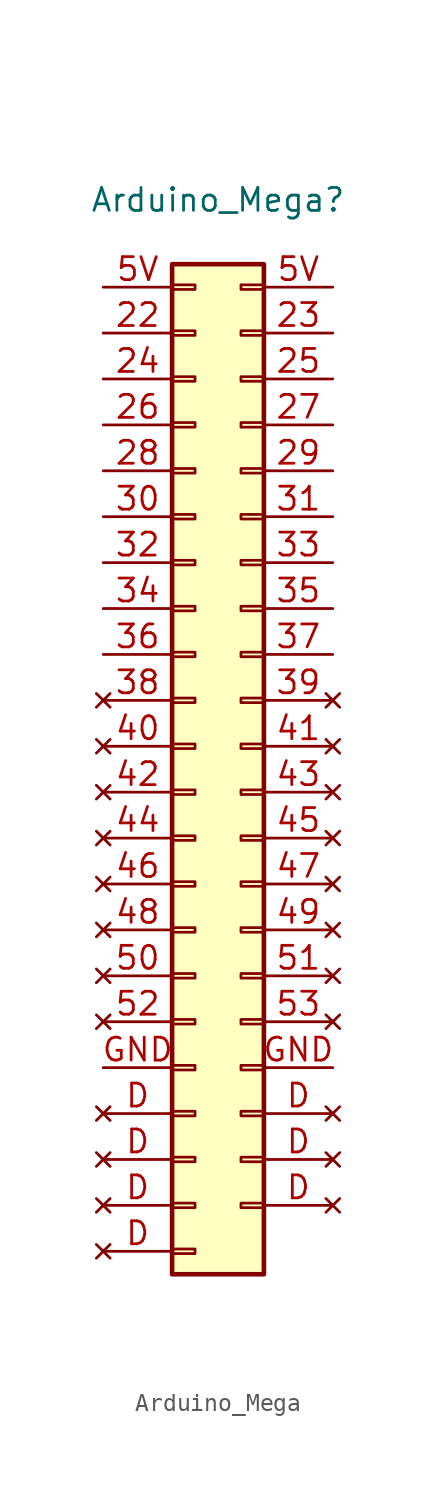
<source format=kicad_sym>
(kicad_symbol_lib
  (version 20231120)
  (generator "kicad_symbol_editor")
  (generator_version "8.0")
  (symbol "Arduino_Mega"
    (property "Reference" "Arduino_Mega"
      (at 0 14.986 0)
      (effects (font (size 1.27 1.27))))
    (property "Value" ""
      (at 0 0 0)
      (effects (font (size 1.27 1.27))))
    (symbol "Arduino_Mega_1_1"
      (rectangle (start -2.54 -43.053) (end -1.27 -43.307) (stroke (width 0.152) (type default)) (fill (type none)))
      (rectangle (start -2.54 -40.513) (end -1.27 -40.767) (stroke (width 0.152) (type default)) (fill (type none)))
      (rectangle (start -2.54 -37.973) (end -1.27 -38.227) (stroke (width 0.152) (type default)) (fill (type none)))
      (rectangle (start -2.54 -35.433) (end -1.27 -35.687) (stroke (width 0.152) (type default)) (fill (type none)))
      (rectangle (start -2.54 -32.893) (end -1.27 -33.147) (stroke (width 0.152) (type default)) (fill (type none)))
      (rectangle (start -2.54 -30.353) (end -1.27 -30.607) (stroke (width 0.152) (type default)) (fill (type none)))
      (rectangle (start -2.54 -27.813) (end -1.27 -28.067) (stroke (width 0.152) (type default)) (fill (type none)))
      (rectangle (start -2.54 -25.273) (end -1.27 -25.527) (stroke (width 0.152) (type default)) (fill (type none)))
      (rectangle (start -2.54 -22.733) (end -1.27 -22.987) (stroke (width 0.152) (type default)) (fill (type none)))
      (rectangle (start -2.54 -20.193) (end -1.27 -20.447) (stroke (width 0.152) (type default)) (fill (type none)))
      (rectangle (start -2.54 -17.653) (end -1.27 -17.907) (stroke (width 0.152) (type default)) (fill (type none)))
      (rectangle (start -2.54 -15.113) (end -1.27 -15.367) (stroke (width 0.152) (type default)) (fill (type none)))
      (rectangle (start -2.54 -12.573) (end -1.27 -12.827) (stroke (width 0.152) (type default)) (fill (type none)))
      (rectangle (start -2.54 -10.033) (end -1.27 -10.287) (stroke (width 0.152) (type default)) (fill (type none)))
      (rectangle (start -2.54 -7.493) (end -1.27 -7.747) (stroke (width 0.152) (type default)) (fill (type none)))
      (rectangle (start -2.54 -4.953) (end -1.27 -5.207) (stroke (width 0.152) (type default)) (fill (type none)))
      (rectangle (start -2.54 -2.413) (end -1.27 -2.667) (stroke (width 0.152) (type default)) (fill (type none)))
      (rectangle (start -2.54 0.127) (end -1.27 -0.127) (stroke (width 0.152) (type default)) (fill (type none)))
      (rectangle (start -2.54 2.667) (end -1.27 2.413) (stroke (width 0.152) (type default)) (fill (type none)))
      (rectangle (start -2.54 5.207) (end -1.27 4.953) (stroke (width 0.152) (type default)) (fill (type none)))
      (rectangle (start -2.54 7.747) (end -1.27 7.493) (stroke (width 0.152) (type default)) (fill (type none)))
      (rectangle (start -2.54 10.287) (end -1.27 10.033) (stroke (width 0.152) (type default)) (fill (type none)))
      (rectangle (start -2.54 11.43) (end 2.54 -44.45) (stroke (width 0.254) (type default)) (fill (type background)))
      (rectangle (start 2.54 -40.513) (end 1.27 -40.767) (stroke (width 0.152) (type default)) (fill (type none)))
      (rectangle (start 2.54 -37.973) (end 1.27 -38.227) (stroke (width 0.152) (type default)) (fill (type none)))
      (rectangle (start 2.54 -35.433) (end 1.27 -35.687) (stroke (width 0.152) (type default)) (fill (type none)))
      (rectangle (start 2.54 -32.893) (end 1.27 -33.147) (stroke (width 0.152) (type default)) (fill (type none)))
      (rectangle (start 2.54 -30.353) (end 1.27 -30.607) (stroke (width 0.152) (type default)) (fill (type none)))
      (rectangle (start 2.54 -27.813) (end 1.27 -28.067) (stroke (width 0.152) (type default)) (fill (type none)))
      (rectangle (start 2.54 -25.273) (end 1.27 -25.527) (stroke (width 0.152) (type default)) (fill (type none)))
      (rectangle (start 2.54 -22.733) (end 1.27 -22.987) (stroke (width 0.152) (type default)) (fill (type none)))
      (rectangle (start 2.54 -20.193) (end 1.27 -20.447) (stroke (width 0.152) (type default)) (fill (type none)))
      (rectangle (start 2.54 -17.653) (end 1.27 -17.907) (stroke (width 0.152) (type default)) (fill (type none)))
      (rectangle (start 2.54 -15.113) (end 1.27 -15.367) (stroke (width 0.152) (type default)) (fill (type none)))
      (rectangle (start 2.54 -12.573) (end 1.27 -12.827) (stroke (width 0.152) (type default)) (fill (type none)))
      (rectangle (start 2.54 -10.033) (end 1.27 -10.287) (stroke (width 0.152) (type default)) (fill (type none)))
      (rectangle (start 2.54 -7.493) (end 1.27 -7.747) (stroke (width 0.152) (type default)) (fill (type none)))
      (rectangle (start 2.54 -4.953) (end 1.27 -5.207) (stroke (width 0.152) (type default)) (fill (type none)))
      (rectangle (start 2.54 -2.413) (end 1.27 -2.667) (stroke (width 0.152) (type default)) (fill (type none)))
      (rectangle (start 2.54 0.127) (end 1.27 -0.127) (stroke (width 0.152) (type default)) (fill (type none)))
      (rectangle (start 2.54 2.667) (end 1.27 2.413) (stroke (width 0.152) (type default)) (fill (type none)))
      (rectangle (start 2.54 5.207) (end 1.27 4.953) (stroke (width 0.152) (type default)) (fill (type none)))
      (rectangle (start 2.54 7.747) (end 1.27 7.493) (stroke (width 0.152) (type default)) (fill (type none)))
      (rectangle (start 2.54 10.287) (end 1.27 10.033) (stroke (width 0.152) (type default)) (fill (type none)))
      (pin bidirectional line (at -6.35 7.62 0) (length 3.81) (name "" (effects (font (size 1.27 1.27)))) (number "22" (effects (font (size 1.27 1.27)))))
      (pin bidirectional line (at 6.35 7.62 180) (length 3.81) (name "" (effects (font (size 1.27 1.27)))) (number "23" (effects (font (size 1.27 1.27)))))
      (pin bidirectional line (at -6.35 5.08 0) (length 3.81) (name "" (effects (font (size 1.27 1.27)))) (number "24" (effects (font (size 1.27 1.27)))))
      (pin bidirectional line (at 6.35 5.08 180) (length 3.81) (name "" (effects (font (size 1.27 1.27)))) (number "25" (effects (font (size 1.27 1.27)))))
      (pin bidirectional line (at -6.35 2.54 0) (length 3.81) (name "" (effects (font (size 1.27 1.27)))) (number "26" (effects (font (size 1.27 1.27)))))
      (pin bidirectional line (at 6.35 2.54 180) (length 3.81) (name "" (effects (font (size 1.27 1.27)))) (number "27" (effects (font (size 1.27 1.27)))))
      (pin bidirectional line (at -6.35 0 0) (length 3.81) (name "" (effects (font (size 1.27 1.27)))) (number "28" (effects (font (size 1.27 1.27)))))
      (pin bidirectional line (at 6.35 0 180) (length 3.81) (name "" (effects (font (size 1.27 1.27)))) (number "29" (effects (font (size 1.27 1.27)))))
      (pin bidirectional line (at -6.35 -2.54 0) (length 3.81) (name "" (effects (font (size 1.27 1.27)))) (number "30" (effects (font (size 1.27 1.27)))))
      (pin bidirectional line (at 6.35 -2.54 180) (length 3.81) (name "" (effects (font (size 1.27 1.27)))) (number "31" (effects (font (size 1.27 1.27)))))
      (pin bidirectional line (at -6.35 -5.08 0) (length 3.81) (name "" (effects (font (size 1.27 1.27)))) (number "32" (effects (font (size 1.27 1.27)))))
      (pin bidirectional line (at 6.35 -5.08 180) (length 3.81) (name "" (effects (font (size 1.27 1.27)))) (number "33" (effects (font (size 1.27 1.27)))))
      (pin bidirectional line (at -6.35 -7.62 0) (length 3.81) (name "" (effects (font (size 1.27 1.27)))) (number "34" (effects (font (size 1.27 1.27)))))
      (pin bidirectional line (at 6.35 -7.62 180) (length 3.81) (name "" (effects (font (size 1.27 1.27)))) (number "35" (effects (font (size 1.27 1.27)))))
      (pin bidirectional line (at -6.35 -10.16 0) (length 3.81) (name "" (effects (font (size 1.27 1.27)))) (number "36" (effects (font (size 1.27 1.27)))))
      (pin bidirectional line (at 6.35 -10.16 180) (length 3.81) (name "" (effects (font (size 1.27 1.27)))) (number "37" (effects (font (size 1.27 1.27)))))
      (pin no_connect line (at -6.35 -12.7 0) (length 3.81) (name "" (effects (font (size 1.27 1.27)))) (number "38" (effects (font (size 1.27 1.27)))))
      (pin no_connect line (at 6.35 -12.7 180) (length 3.81) (name "" (effects (font (size 1.27 1.27)))) (number "39" (effects (font (size 1.27 1.27)))))
      (pin no_connect line (at -6.35 -15.24 0) (length 3.81) (name "" (effects (font (size 1.27 1.27)))) (number "40" (effects (font (size 1.27 1.27)))))
      (pin no_connect line (at 6.35 -15.24 180) (length 3.81) (name "" (effects (font (size 1.27 1.27)))) (number "41" (effects (font (size 1.27 1.27)))))
      (pin no_connect line (at -6.35 -17.78 0) (length 3.81) (name "" (effects (font (size 1.27 1.27)))) (number "42" (effects (font (size 1.27 1.27)))))
      (pin no_connect line (at 6.35 -17.78 180) (length 3.81) (name "" (effects (font (size 1.27 1.27)))) (number "43" (effects (font (size 1.27 1.27)))))
      (pin no_connect line (at -6.35 -20.32 0) (length 3.81) (name "" (effects (font (size 1.27 1.27)))) (number "44" (effects (font (size 1.27 1.27)))))
      (pin no_connect line (at 6.35 -20.32 180) (length 3.81) (name "" (effects (font (size 1.27 1.27)))) (number "45" (effects (font (size 1.27 1.27)))))
      (pin no_connect line (at -6.35 -22.86 0) (length 3.81) (name "" (effects (font (size 1.27 1.27)))) (number "46" (effects (font (size 1.27 1.27)))))
      (pin no_connect line (at 6.35 -22.86 180) (length 3.81) (name "" (effects (font (size 1.27 1.27)))) (number "47" (effects (font (size 1.27 1.27)))))
      (pin no_connect line (at -6.35 -25.4 0) (length 3.81) (name "" (effects (font (size 1.27 1.27)))) (number "48" (effects (font (size 1.27 1.27)))))
      (pin no_connect line (at 6.35 -25.4 180) (length 3.81) (name "" (effects (font (size 1.27 1.27)))) (number "49" (effects (font (size 1.27 1.27)))))
      (pin no_connect line (at -6.35 -27.94 0) (length 3.81) (name "" (effects (font (size 1.27 1.27)))) (number "50" (effects (font (size 1.27 1.27)))))
      (pin no_connect line (at 6.35 -27.94 180) (length 3.81) (name "" (effects (font (size 1.27 1.27)))) (number "51" (effects (font (size 1.27 1.27)))))
      (pin no_connect line (at -6.35 -30.48 0) (length 3.81) (name "" (effects (font (size 1.27 1.27)))) (number "52" (effects (font (size 1.27 1.27)))))
      (pin no_connect line (at 6.35 -30.48 180) (length 3.81) (name "" (effects (font (size 1.27 1.27)))) (number "53" (effects (font (size 1.27 1.27)))))
      (pin power_out line (at -6.35 10.16 0) (length 3.81) (name "" (effects (font (size 1.27 1.27)))) (number "5V" (effects (font (size 1.27 1.27)))))
      (pin power_out line (at 6.35 10.16 180) (length 3.81) (name "" (effects (font (size 1.27 1.27)))) (number "5V" (effects (font (size 1.27 1.27)))))
      (pin no_connect line (at -6.35 -43.18 0) (length 3.81) (name "" (effects (font (size 1.27 1.27)))) (number "D" (effects (font (size 1.27 1.27)))))
      (pin no_connect line (at -6.35 -40.64 0) (length 3.81) (name "" (effects (font (size 1.27 1.27)))) (number "D" (effects (font (size 1.27 1.27)))))
      (pin no_connect line (at -6.35 -38.1 0) (length 3.81) (name "" (effects (font (size 1.27 1.27)))) (number "D" (effects (font (size 1.27 1.27)))))
      (pin no_connect line (at -6.35 -35.56 0) (length 3.81) (name "" (effects (font (size 1.27 1.27)))) (number "D" (effects (font (size 1.27 1.27)))))
      (pin no_connect line (at 6.35 -40.64 180) (length 3.81) (name "" (effects (font (size 1.27 1.27)))) (number "D" (effects (font (size 1.27 1.27)))))
      (pin no_connect line (at 6.35 -38.1 180) (length 3.81) (name "" (effects (font (size 1.27 1.27)))) (number "D" (effects (font (size 1.27 1.27)))))
      (pin no_connect line (at 6.35 -35.56 180) (length 3.81) (name "" (effects (font (size 1.27 1.27)))) (number "D" (effects (font (size 1.27 1.27)))))
      (pin power_out line (at -6.35 -33.02 0) (length 3.81) (name "" (effects (font (size 1.27 1.27)))) (number "GND" (effects (font (size 1.27 1.27)))))
      (pin power_out line (at 6.35 -33.02 180) (length 3.81) (name "" (effects (font (size 1.27 1.27)))) (number "GND" (effects (font (size 1.27 1.27))))))))
</source>
